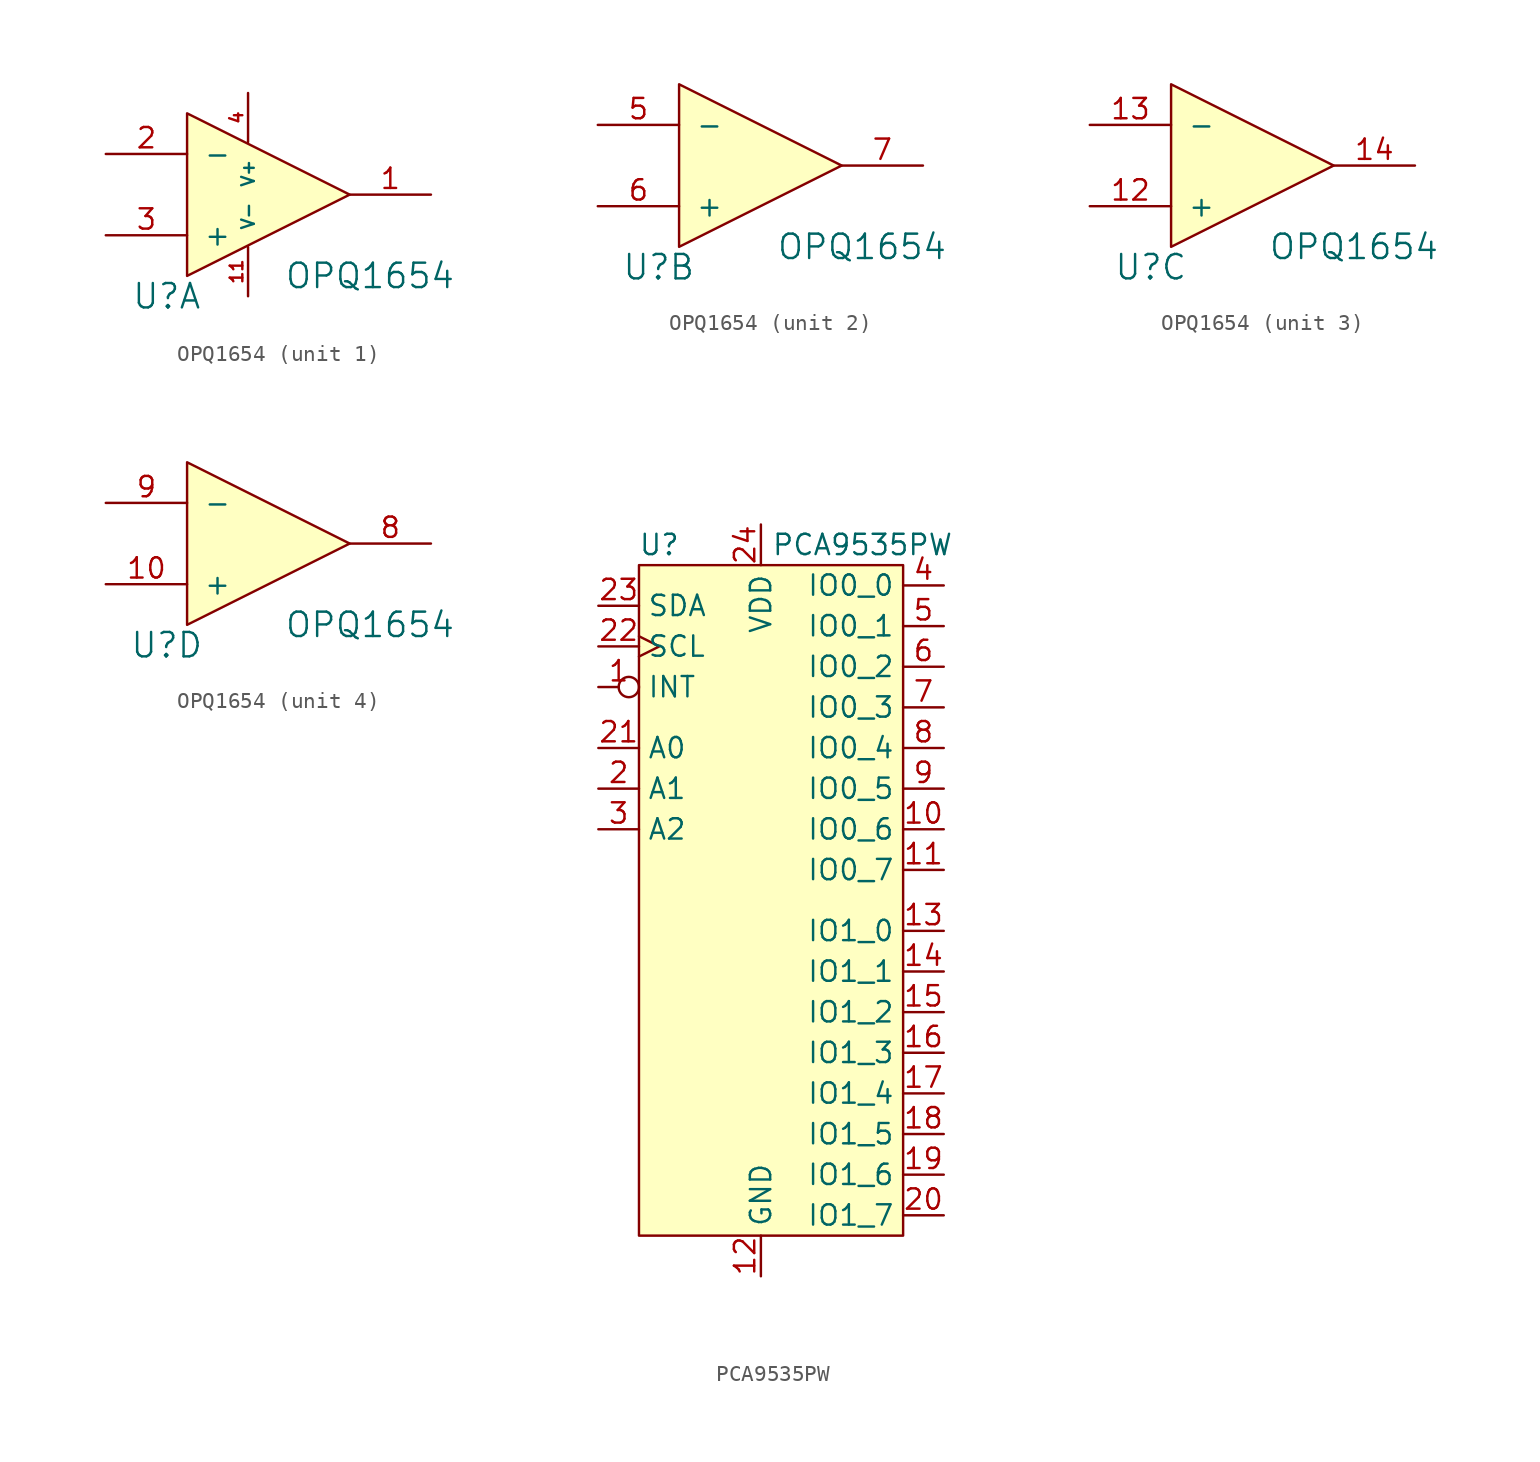
<source format=kicad_sym>
(kicad_symbol_lib
  (version 20211014)
  (generator kicad_symbol_editor)
  (symbol "OPQ1654"
    (pin_names
      (offset 1.016))
    (property "Reference" "U"
      (at -2.54 1.27 0)
      (effects (font (size 1.524 1.524))))
    (property "Value" "OPQ1654"
      (at 10.16 2.54 0)
      (effects (font (size 1.524 1.524))))
    (symbol "OPQ1654_0_1"
      (polyline (pts (xy -1.27 12.7) (xy -1.27 2.54) (xy 8.89 7.62) (xy -1.27 12.7)) (stroke (width 0) (type default) (color 0 0 0 0)) (fill (type background))))
    (symbol "OPQ1654_1_1"
      (pin input line (at 13.97 7.62 180) (length 5.08) (name "~" (effects (font (size 1.27 1.27)))) (number "1" (effects (font (size 1.27 1.27)))))
      (pin input line (at 2.54 1.27 90) (length 3.073) (name "V-" (effects (font (size 0.787 0.787)))) (number "11" (effects (font (size 0.787 0.787)))))
      (pin input line (at -6.35 10.16 0) (length 5.08) (name "-" (effects (font (size 1.27 1.27)))) (number "2" (effects (font (size 1.27 1.27)))))
      (pin input line (at -6.35 5.08 0) (length 5.08) (name "+" (effects (font (size 1.27 1.27)))) (number "3" (effects (font (size 1.27 1.27)))))
      (pin input line (at 2.54 13.97 270) (length 3.073) (name "V+" (effects (font (size 0.787 0.787)))) (number "4" (effects (font (size 0.787 0.787))))))
    (symbol "OPQ1654_2_1"
      (pin input line (at -6.35 10.16 0) (length 5.08) (name "-" (effects (font (size 1.27 1.27)))) (number "5" (effects (font (size 1.27 1.27)))))
      (pin input line (at -6.35 5.08 0) (length 5.08) (name "+" (effects (font (size 1.27 1.27)))) (number "6" (effects (font (size 1.27 1.27)))))
      (pin input line (at 13.97 7.62 180) (length 5.08) (name "~" (effects (font (size 1.27 1.27)))) (number "7" (effects (font (size 1.27 1.27))))))
    (symbol "OPQ1654_3_1"
      (pin input line (at -6.35 5.08 0) (length 5.08) (name "+" (effects (font (size 1.27 1.27)))) (number "12" (effects (font (size 1.27 1.27)))))
      (pin input line (at -6.35 10.16 0) (length 5.08) (name "-" (effects (font (size 1.27 1.27)))) (number "13" (effects (font (size 1.27 1.27)))))
      (pin input line (at 13.97 7.62 180) (length 5.08) (name "~" (effects (font (size 1.27 1.27)))) (number "14" (effects (font (size 1.27 1.27))))))
    (symbol "OPQ1654_4_1"
      (pin input line (at -6.35 5.08 0) (length 5.08) (name "+" (effects (font (size 1.27 1.27)))) (number "10" (effects (font (size 1.27 1.27)))))
      (pin input line (at 13.97 7.62 180) (length 5.08) (name "~" (effects (font (size 1.27 1.27)))) (number "8" (effects (font (size 1.27 1.27)))))
      (pin input line (at -6.35 10.16 0) (length 5.08) (name "-" (effects (font (size 1.27 1.27)))) (number "9" (effects (font (size 1.27 1.27)))))))
  (symbol "PCA9535PW"
    (property "Reference" "U"
      (at -6.35 22.86 0)
      (effects (font (size 1.27 1.27))))
    (property "Value" "PCA9535PW"
      (at 6.35 22.86 0)
      (effects (font (size 1.27 1.27))))
    (symbol "PCA9535PW_0_0"
      (pin output inverted (at -10.16 13.97 0) (length 2.54) (name "INT" (effects (font (size 1.27 1.27)))) (number "1" (effects (font (size 1.27 1.27)))))
      (pin bidirectional line (at 11.43 5.08 180) (length 2.54) (name "IO0_6" (effects (font (size 1.27 1.27)))) (number "10" (effects (font (size 1.27 1.27)))))
      (pin bidirectional line (at 11.43 2.54 180) (length 2.54) (name "IO0_7" (effects (font (size 1.27 1.27)))) (number "11" (effects (font (size 1.27 1.27)))))
      (pin power_in line (at 0 -22.86 90) (length 2.54) (name "GND" (effects (font (size 1.27 1.27)))) (number "12" (effects (font (size 1.27 1.27)))))
      (pin bidirectional line (at 11.43 -1.27 180) (length 2.54) (name "IO1_0" (effects (font (size 1.27 1.27)))) (number "13" (effects (font (size 1.27 1.27)))))
      (pin bidirectional line (at 11.43 -3.81 180) (length 2.54) (name "IO1_1" (effects (font (size 1.27 1.27)))) (number "14" (effects (font (size 1.27 1.27)))))
      (pin bidirectional line (at 11.43 -6.35 180) (length 2.54) (name "IO1_2" (effects (font (size 1.27 1.27)))) (number "15" (effects (font (size 1.27 1.27)))))
      (pin bidirectional line (at 11.43 -8.89 180) (length 2.54) (name "IO1_3" (effects (font (size 1.27 1.27)))) (number "16" (effects (font (size 1.27 1.27)))))
      (pin bidirectional line (at 11.43 -11.43 180) (length 2.54) (name "IO1_4" (effects (font (size 1.27 1.27)))) (number "17" (effects (font (size 1.27 1.27)))))
      (pin bidirectional line (at 11.43 -13.97 180) (length 2.54) (name "IO1_5" (effects (font (size 1.27 1.27)))) (number "18" (effects (font (size 1.27 1.27)))))
      (pin bidirectional line (at 11.43 -16.51 180) (length 2.54) (name "IO1_6" (effects (font (size 1.27 1.27)))) (number "19" (effects (font (size 1.27 1.27)))))
      (pin input line (at -10.16 7.62 0) (length 2.54) (name "A1" (effects (font (size 1.27 1.27)))) (number "2" (effects (font (size 1.27 1.27)))))
      (pin bidirectional line (at 11.43 -19.05 180) (length 2.54) (name "IO1_7" (effects (font (size 1.27 1.27)))) (number "20" (effects (font (size 1.27 1.27)))))
      (pin input line (at -10.16 10.16 0) (length 2.54) (name "A0" (effects (font (size 1.27 1.27)))) (number "21" (effects (font (size 1.27 1.27)))))
      (pin input clock (at -10.16 16.51 0) (length 2.54) (name "SCL" (effects (font (size 1.27 1.27)))) (number "22" (effects (font (size 1.27 1.27)))))
      (pin bidirectional line (at -10.16 19.05 0) (length 2.54) (name "SDA" (effects (font (size 1.27 1.27)))) (number "23" (effects (font (size 1.27 1.27)))))
      (pin power_in line (at 0 24.13 270) (length 2.54) (name "VDD" (effects (font (size 1.27 1.27)))) (number "24" (effects (font (size 1.27 1.27)))))
      (pin input line (at -10.16 5.08 0) (length 2.54) (name "A2" (effects (font (size 1.27 1.27)))) (number "3" (effects (font (size 1.27 1.27)))))
      (pin bidirectional line (at 11.43 20.32 180) (length 2.54) (name "IO0_0" (effects (font (size 1.27 1.27)))) (number "4" (effects (font (size 1.27 1.27)))))
      (pin bidirectional line (at 11.43 17.78 180) (length 2.54) (name "IO0_1" (effects (font (size 1.27 1.27)))) (number "5" (effects (font (size 1.27 1.27)))))
      (pin bidirectional line (at 11.43 15.24 180) (length 2.54) (name "IO0_2" (effects (font (size 1.27 1.27)))) (number "6" (effects (font (size 1.27 1.27)))))
      (pin bidirectional line (at 11.43 12.7 180) (length 2.54) (name "IO0_3" (effects (font (size 1.27 1.27)))) (number "7" (effects (font (size 1.27 1.27)))))
      (pin bidirectional line (at 11.43 10.16 180) (length 2.54) (name "IO0_4" (effects (font (size 1.27 1.27)))) (number "8" (effects (font (size 1.27 1.27)))))
      (pin bidirectional line (at 11.43 7.62 180) (length 2.54) (name "IO0_5" (effects (font (size 1.27 1.27)))) (number "9" (effects (font (size 1.27 1.27))))))
    (symbol "PCA9535PW_0_1"
      (rectangle (start -7.62 21.59) (end 8.89 -20.32) (stroke (width 0.152) (type default) (color 0 0 0 0)) (fill (type background))))))
</source>
